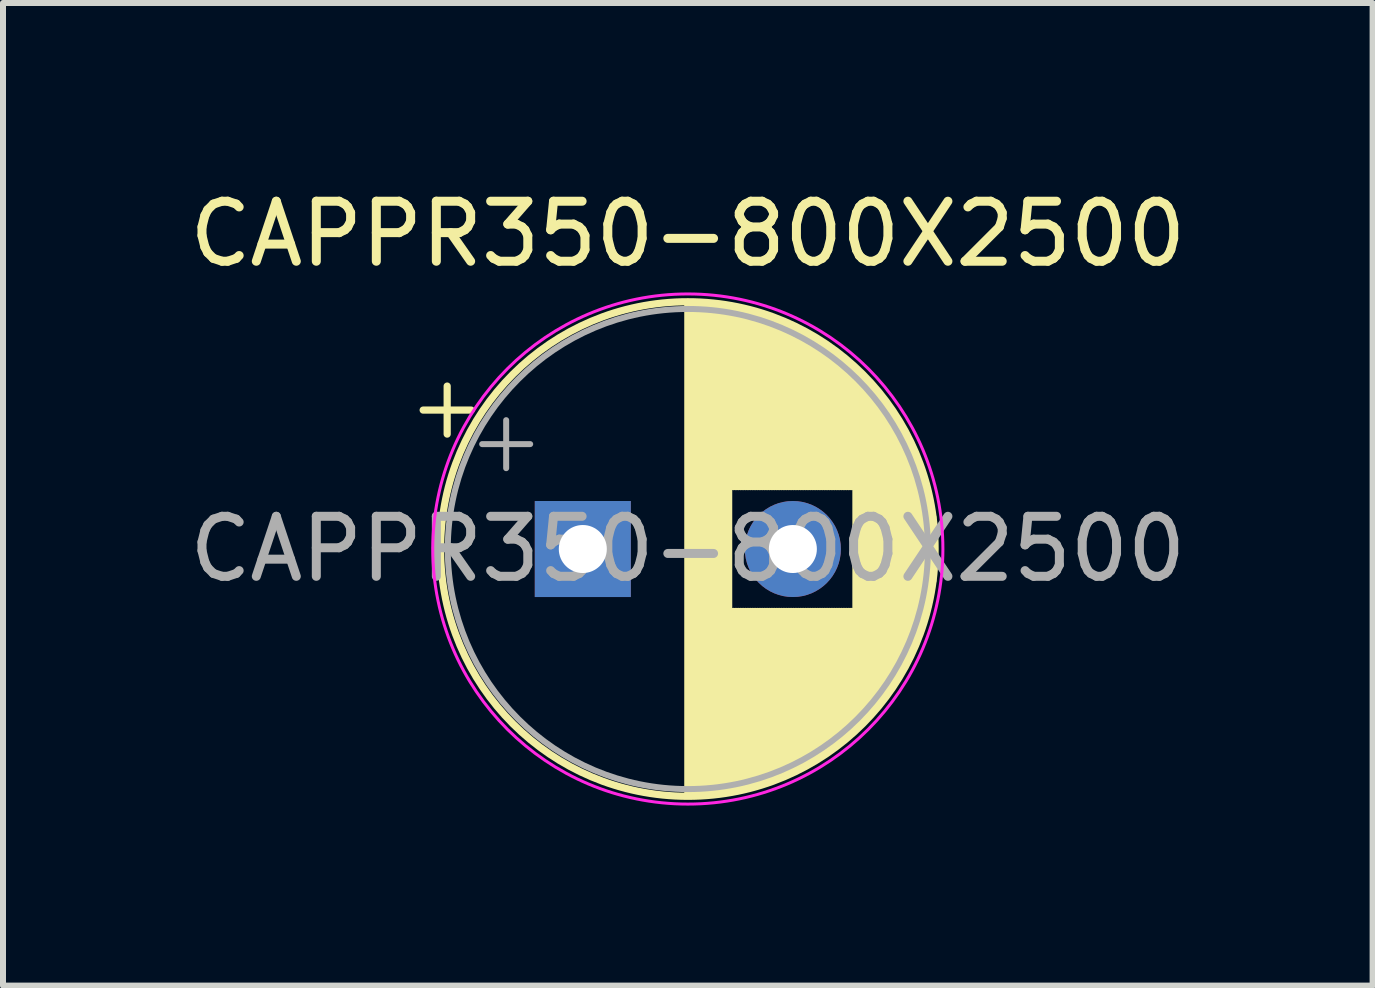
<source format=kicad_pcb>
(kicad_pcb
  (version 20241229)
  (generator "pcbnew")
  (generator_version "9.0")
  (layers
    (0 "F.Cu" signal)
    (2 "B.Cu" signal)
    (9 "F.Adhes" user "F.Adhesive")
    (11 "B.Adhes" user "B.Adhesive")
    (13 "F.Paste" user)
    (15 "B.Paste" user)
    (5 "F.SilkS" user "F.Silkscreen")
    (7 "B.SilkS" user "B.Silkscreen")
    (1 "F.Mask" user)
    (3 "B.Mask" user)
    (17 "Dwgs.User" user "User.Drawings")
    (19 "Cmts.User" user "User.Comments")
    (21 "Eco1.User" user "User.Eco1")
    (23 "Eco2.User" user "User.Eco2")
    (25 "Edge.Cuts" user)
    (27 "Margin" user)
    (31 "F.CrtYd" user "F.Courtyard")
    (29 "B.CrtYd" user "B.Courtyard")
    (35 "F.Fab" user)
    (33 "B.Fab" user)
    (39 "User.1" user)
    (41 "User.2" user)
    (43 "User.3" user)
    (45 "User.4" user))
  (footprint "CAPPR350-800X2500"
    (layer "F.Cu")
    (at 6.661 6.098)
    (property "Reference" "CAPPR350-800X2500" (at 1.75 -5.25 0) (layer "F.SilkS") (effects (font (size 1 1) (thickness 0.15))))
    (attr through_hole)
    (fp_line (start -2.66 -2.315) (end -1.86 -2.315) (stroke (width 0.12) (type solid)) (layer "F.SilkS"))
    (fp_line (start -2.26 -2.715) (end -2.26 -1.915) (stroke (width 0.12) (type solid)) (layer "F.SilkS"))
    (fp_line (start 1.75 -4.08) (end 1.75 4.08) (stroke (width 0.12) (type solid)) (layer "F.SilkS"))
    (fp_line (start 1.79 -4.08) (end 1.79 4.08) (stroke (width 0.12) (type solid)) (layer "F.SilkS"))
    (fp_line (start 1.83 -4.08) (end 1.83 4.08) (stroke (width 0.12) (type solid)) (layer "F.SilkS"))
    (fp_line (start 1.87 -4.079) (end 1.87 4.079) (stroke (width 0.12) (type solid)) (layer "F.SilkS"))
    (fp_line (start 1.91 -4.077) (end 1.91 4.077) (stroke (width 0.12) (type solid)) (layer "F.SilkS"))
    (fp_line (start 1.95 -4.076) (end 1.95 4.076) (stroke (width 0.12) (type solid)) (layer "F.SilkS"))
    (fp_line (start 1.99 -4.074) (end 1.99 4.074) (stroke (width 0.12) (type solid)) (layer "F.SilkS"))
    (fp_line (start 2.03 -4.071) (end 2.03 4.071) (stroke (width 0.12) (type solid)) (layer "F.SilkS"))
    (fp_line (start 2.07 -4.068) (end 2.07 4.068) (stroke (width 0.12) (type solid)) (layer "F.SilkS"))
    (fp_line (start 2.11 -4.065) (end 2.11 4.065) (stroke (width 0.12) (type solid)) (layer "F.SilkS"))
    (fp_line (start 2.15 -4.061) (end 2.15 4.061) (stroke (width 0.12) (type solid)) (layer "F.SilkS"))
    (fp_line (start 2.19 -4.057) (end 2.19 4.057) (stroke (width 0.12) (type solid)) (layer "F.SilkS"))
    (fp_line (start 2.23 -4.052) (end 2.23 4.052) (stroke (width 0.12) (type solid)) (layer "F.SilkS"))
    (fp_line (start 2.27 -4.048) (end 2.27 4.048) (stroke (width 0.12) (type solid)) (layer "F.SilkS"))
    (fp_line (start 2.31 -4.042) (end 2.31 4.042) (stroke (width 0.12) (type solid)) (layer "F.SilkS"))
    (fp_line (start 2.35 -4.037) (end 2.35 4.037) (stroke (width 0.12) (type solid)) (layer "F.SilkS"))
    (fp_line (start 2.39 -4.03) (end 2.39 4.03) (stroke (width 0.12) (type solid)) (layer "F.SilkS"))
    (fp_line (start 2.43 -4.024) (end 2.43 4.024) (stroke (width 0.12) (type solid)) (layer "F.SilkS"))
    (fp_line (start 2.471 -4.017) (end 2.471 -1.04) (stroke (width 0.12) (type solid)) (layer "F.SilkS"))
    (fp_line (start 2.471 1.04) (end 2.471 4.017) (stroke (width 0.12) (type solid)) (layer "F.SilkS"))
    (fp_line (start 2.511 -4.01) (end 2.511 -1.04) (stroke (width 0.12) (type solid)) (layer "F.SilkS"))
    (fp_line (start 2.511 1.04) (end 2.511 4.01) (stroke (width 0.12) (type solid)) (layer "F.SilkS"))
    (fp_line (start 2.551 -4.002) (end 2.551 -1.04) (stroke (width 0.12) (type solid)) (layer "F.SilkS"))
    (fp_line (start 2.551 1.04) (end 2.551 4.002) (stroke (width 0.12) (type solid)) (layer "F.SilkS"))
    (fp_line (start 2.591 -3.994) (end 2.591 -1.04) (stroke (width 0.12) (type solid)) (layer "F.SilkS"))
    (fp_line (start 2.591 1.04) (end 2.591 3.994) (stroke (width 0.12) (type solid)) (layer "F.SilkS"))
    (fp_line (start 2.631 -3.985) (end 2.631 -1.04) (stroke (width 0.12) (type solid)) (layer "F.SilkS"))
    (fp_line (start 2.631 1.04) (end 2.631 3.985) (stroke (width 0.12) (type solid)) (layer "F.SilkS"))
    (fp_line (start 2.671 -3.976) (end 2.671 -1.04) (stroke (width 0.12) (type solid)) (layer "F.SilkS"))
    (fp_line (start 2.671 1.04) (end 2.671 3.976) (stroke (width 0.12) (type solid)) (layer "F.SilkS"))
    (fp_line (start 2.711 -3.967) (end 2.711 -1.04) (stroke (width 0.12) (type solid)) (layer "F.SilkS"))
    (fp_line (start 2.711 1.04) (end 2.711 3.967) (stroke (width 0.12) (type solid)) (layer "F.SilkS"))
    (fp_line (start 2.751 -3.957) (end 2.751 -1.04) (stroke (width 0.12) (type solid)) (layer "F.SilkS"))
    (fp_line (start 2.751 1.04) (end 2.751 3.957) (stroke (width 0.12) (type solid)) (layer "F.SilkS"))
    (fp_line (start 2.791 -3.947) (end 2.791 -1.04) (stroke (width 0.12) (type solid)) (layer "F.SilkS"))
    (fp_line (start 2.791 1.04) (end 2.791 3.947) (stroke (width 0.12) (type solid)) (layer "F.SilkS"))
    (fp_line (start 2.831 -3.936) (end 2.831 -1.04) (stroke (width 0.12) (type solid)) (layer "F.SilkS"))
    (fp_line (start 2.831 1.04) (end 2.831 3.936) (stroke (width 0.12) (type solid)) (layer "F.SilkS"))
    (fp_line (start 2.871 -3.925) (end 2.871 -1.04) (stroke (width 0.12) (type solid)) (layer "F.SilkS"))
    (fp_line (start 2.871 1.04) (end 2.871 3.925) (stroke (width 0.12) (type solid)) (layer "F.SilkS"))
    (fp_line (start 2.911 -3.914) (end 2.911 -1.04) (stroke (width 0.12) (type solid)) (layer "F.SilkS"))
    (fp_line (start 2.911 1.04) (end 2.911 3.914) (stroke (width 0.12) (type solid)) (layer "F.SilkS"))
    (fp_line (start 2.951 -3.902) (end 2.951 -1.04) (stroke (width 0.12) (type solid)) (layer "F.SilkS"))
    (fp_line (start 2.951 1.04) (end 2.951 3.902) (stroke (width 0.12) (type solid)) (layer "F.SilkS"))
    (fp_line (start 2.991 -3.889) (end 2.991 -1.04) (stroke (width 0.12) (type solid)) (layer "F.SilkS"))
    (fp_line (start 2.991 1.04) (end 2.991 3.889) (stroke (width 0.12) (type solid)) (layer "F.SilkS"))
    (fp_line (start 3.031 -3.877) (end 3.031 -1.04) (stroke (width 0.12) (type solid)) (layer "F.SilkS"))
    (fp_line (start 3.031 1.04) (end 3.031 3.877) (stroke (width 0.12) (type solid)) (layer "F.SilkS"))
    (fp_line (start 3.071 -3.863) (end 3.071 -1.04) (stroke (width 0.12) (type solid)) (layer "F.SilkS"))
    (fp_line (start 3.071 1.04) (end 3.071 3.863) (stroke (width 0.12) (type solid)) (layer "F.SilkS"))
    (fp_line (start 3.111 -3.85) (end 3.111 -1.04) (stroke (width 0.12) (type solid)) (layer "F.SilkS"))
    (fp_line (start 3.111 1.04) (end 3.111 3.85) (stroke (width 0.12) (type solid)) (layer "F.SilkS"))
    (fp_line (start 3.151 -3.835) (end 3.151 -1.04) (stroke (width 0.12) (type solid)) (layer "F.SilkS"))
    (fp_line (start 3.151 1.04) (end 3.151 3.835) (stroke (width 0.12) (type solid)) (layer "F.SilkS"))
    (fp_line (start 3.191 -3.821) (end 3.191 -1.04) (stroke (width 0.12) (type solid)) (layer "F.SilkS"))
    (fp_line (start 3.191 1.04) (end 3.191 3.821) (stroke (width 0.12) (type solid)) (layer "F.SilkS"))
    (fp_line (start 3.231 -3.805) (end 3.231 -1.04) (stroke (width 0.12) (type solid)) (layer "F.SilkS"))
    (fp_line (start 3.231 1.04) (end 3.231 3.805) (stroke (width 0.12) (type solid)) (layer "F.SilkS"))
    (fp_line (start 3.271 -3.79) (end 3.271 -1.04) (stroke (width 0.12) (type solid)) (layer "F.SilkS"))
    (fp_line (start 3.271 1.04) (end 3.271 3.79) (stroke (width 0.12) (type solid)) (layer "F.SilkS"))
    (fp_line (start 3.311 -3.774) (end 3.311 -1.04) (stroke (width 0.12) (type solid)) (layer "F.SilkS"))
    (fp_line (start 3.311 1.04) (end 3.311 3.774) (stroke (width 0.12) (type solid)) (layer "F.SilkS"))
    (fp_line (start 3.351 -3.757) (end 3.351 -1.04) (stroke (width 0.12) (type solid)) (layer "F.SilkS"))
    (fp_line (start 3.351 1.04) (end 3.351 3.757) (stroke (width 0.12) (type solid)) (layer "F.SilkS"))
    (fp_line (start 3.391 -3.74) (end 3.391 -1.04) (stroke (width 0.12) (type solid)) (layer "F.SilkS"))
    (fp_line (start 3.391 1.04) (end 3.391 3.74) (stroke (width 0.12) (type solid)) (layer "F.SilkS"))
    (fp_line (start 3.431 -3.722) (end 3.431 -1.04) (stroke (width 0.12) (type solid)) (layer "F.SilkS"))
    (fp_line (start 3.431 1.04) (end 3.431 3.722) (stroke (width 0.12) (type solid)) (layer "F.SilkS"))
    (fp_line (start 3.471 -3.704) (end 3.471 -1.04) (stroke (width 0.12) (type solid)) (layer "F.SilkS"))
    (fp_line (start 3.471 1.04) (end 3.471 3.704) (stroke (width 0.12) (type solid)) (layer "F.SilkS"))
    (fp_line (start 3.511 -3.686) (end 3.511 -1.04) (stroke (width 0.12) (type solid)) (layer "F.SilkS"))
    (fp_line (start 3.511 1.04) (end 3.511 3.686) (stroke (width 0.12) (type solid)) (layer "F.SilkS"))
    (fp_line (start 3.551 -3.666) (end 3.551 -1.04) (stroke (width 0.12) (type solid)) (layer "F.SilkS"))
    (fp_line (start 3.551 1.04) (end 3.551 3.666) (stroke (width 0.12) (type solid)) (layer "F.SilkS"))
    (fp_line (start 3.591 -3.647) (end 3.591 -1.04) (stroke (width 0.12) (type solid)) (layer "F.SilkS"))
    (fp_line (start 3.591 1.04) (end 3.591 3.647) (stroke (width 0.12) (type solid)) (layer "F.SilkS"))
    (fp_line (start 3.631 -3.627) (end 3.631 -1.04) (stroke (width 0.12) (type solid)) (layer "F.SilkS"))
    (fp_line (start 3.631 1.04) (end 3.631 3.627) (stroke (width 0.12) (type solid)) (layer "F.SilkS"))
    (fp_line (start 3.671 -3.606) (end 3.671 -1.04) (stroke (width 0.12) (type solid)) (layer "F.SilkS"))
    (fp_line (start 3.671 1.04) (end 3.671 3.606) (stroke (width 0.12) (type solid)) (layer "F.SilkS"))
    (fp_line (start 3.711 -3.584) (end 3.711 -1.04) (stroke (width 0.12) (type solid)) (layer "F.SilkS"))
    (fp_line (start 3.711 1.04) (end 3.711 3.584) (stroke (width 0.12) (type solid)) (layer "F.SilkS"))
    (fp_line (start 3.751 -3.562) (end 3.751 -1.04) (stroke (width 0.12) (type solid)) (layer "F.SilkS"))
    (fp_line (start 3.751 1.04) (end 3.751 3.562) (stroke (width 0.12) (type solid)) (layer "F.SilkS"))
    (fp_line (start 3.791 -3.54) (end 3.791 -1.04) (stroke (width 0.12) (type solid)) (layer "F.SilkS"))
    (fp_line (start 3.791 1.04) (end 3.791 3.54) (stroke (width 0.12) (type solid)) (layer "F.SilkS"))
    (fp_line (start 3.831 -3.517) (end 3.831 -1.04) (stroke (width 0.12) (type solid)) (layer "F.SilkS"))
    (fp_line (start 3.831 1.04) (end 3.831 3.517) (stroke (width 0.12) (type solid)) (layer "F.SilkS"))
    (fp_line (start 3.871 -3.493) (end 3.871 -1.04) (stroke (width 0.12) (type solid)) (layer "F.SilkS"))
    (fp_line (start 3.871 1.04) (end 3.871 3.493) (stroke (width 0.12) (type solid)) (layer "F.SilkS"))
    (fp_line (start 3.911 -3.469) (end 3.911 -1.04) (stroke (width 0.12) (type solid)) (layer "F.SilkS"))
    (fp_line (start 3.911 1.04) (end 3.911 3.469) (stroke (width 0.12) (type solid)) (layer "F.SilkS"))
    (fp_line (start 3.951 -3.444) (end 3.951 -1.04) (stroke (width 0.12) (type solid)) (layer "F.SilkS"))
    (fp_line (start 3.951 1.04) (end 3.951 3.444) (stroke (width 0.12) (type solid)) (layer "F.SilkS"))
    (fp_line (start 3.991 -3.418) (end 3.991 -1.04) (stroke (width 0.12) (type solid)) (layer "F.SilkS"))
    (fp_line (start 3.991 1.04) (end 3.991 3.418) (stroke (width 0.12) (type solid)) (layer "F.SilkS"))
    (fp_line (start 4.031 -3.392) (end 4.031 -1.04) (stroke (width 0.12) (type solid)) (layer "F.SilkS"))
    (fp_line (start 4.031 1.04) (end 4.031 3.392) (stroke (width 0.12) (type solid)) (layer "F.SilkS"))
    (fp_line (start 4.071 -3.365) (end 4.071 -1.04) (stroke (width 0.12) (type solid)) (layer "F.SilkS"))
    (fp_line (start 4.071 1.04) (end 4.071 3.365) (stroke (width 0.12) (type solid)) (layer "F.SilkS"))
    (fp_line (start 4.111 -3.338) (end 4.111 -1.04) (stroke (width 0.12) (type solid)) (layer "F.SilkS"))
    (fp_line (start 4.111 1.04) (end 4.111 3.338) (stroke (width 0.12) (type solid)) (layer "F.SilkS"))
    (fp_line (start 4.151 -3.309) (end 4.151 -1.04) (stroke (width 0.12) (type solid)) (layer "F.SilkS"))
    (fp_line (start 4.151 1.04) (end 4.151 3.309) (stroke (width 0.12) (type solid)) (layer "F.SilkS"))
    (fp_line (start 4.191 -3.28) (end 4.191 -1.04) (stroke (width 0.12) (type solid)) (layer "F.SilkS"))
    (fp_line (start 4.191 1.04) (end 4.191 3.28) (stroke (width 0.12) (type solid)) (layer "F.SilkS"))
    (fp_line (start 4.231 -3.25) (end 4.231 -1.04) (stroke (width 0.12) (type solid)) (layer "F.SilkS"))
    (fp_line (start 4.231 1.04) (end 4.231 3.25) (stroke (width 0.12) (type solid)) (layer "F.SilkS"))
    (fp_line (start 4.271 -3.22) (end 4.271 -1.04) (stroke (width 0.12) (type solid)) (layer "F.SilkS"))
    (fp_line (start 4.271 1.04) (end 4.271 3.22) (stroke (width 0.12) (type solid)) (layer "F.SilkS"))
    (fp_line (start 4.311 -3.189) (end 4.311 -1.04) (stroke (width 0.12) (type solid)) (layer "F.SilkS"))
    (fp_line (start 4.311 1.04) (end 4.311 3.189) (stroke (width 0.12) (type solid)) (layer "F.SilkS"))
    (fp_line (start 4.351 -3.156) (end 4.351 -1.04) (stroke (width 0.12) (type solid)) (layer "F.SilkS"))
    (fp_line (start 4.351 1.04) (end 4.351 3.156) (stroke (width 0.12) (type solid)) (layer "F.SilkS"))
    (fp_line (start 4.391 -3.124) (end 4.391 -1.04) (stroke (width 0.12) (type solid)) (layer "F.SilkS"))
    (fp_line (start 4.391 1.04) (end 4.391 3.124) (stroke (width 0.12) (type solid)) (layer "F.SilkS"))
    (fp_line (start 4.431 -3.09) (end 4.431 -1.04) (stroke (width 0.12) (type solid)) (layer "F.SilkS"))
    (fp_line (start 4.431 1.04) (end 4.431 3.09) (stroke (width 0.12) (type solid)) (layer "F.SilkS"))
    (fp_line (start 4.471 -3.055) (end 4.471 -1.04) (stroke (width 0.12) (type solid)) (layer "F.SilkS"))
    (fp_line (start 4.471 1.04) (end 4.471 3.055) (stroke (width 0.12) (type solid)) (layer "F.SilkS"))
    (fp_line (start 4.511 -3.019) (end 4.511 -1.04) (stroke (width 0.12) (type solid)) (layer "F.SilkS"))
    (fp_line (start 4.511 1.04) (end 4.511 3.019) (stroke (width 0.12) (type solid)) (layer "F.SilkS"))
    (fp_line (start 4.551 -2.983) (end 4.551 2.983) (stroke (width 0.12) (type solid)) (layer "F.SilkS"))
    (fp_line (start 4.591 -2.945) (end 4.591 2.945) (stroke (width 0.12) (type solid)) (layer "F.SilkS"))
    (fp_line (start 4.631 -2.907) (end 4.631 2.907) (stroke (width 0.12) (type solid)) (layer "F.SilkS"))
    (fp_line (start 4.671 -2.867) (end 4.671 2.867) (stroke (width 0.12) (type solid)) (layer "F.SilkS"))
    (fp_line (start 4.711 -2.826) (end 4.711 2.826) (stroke (width 0.12) (type solid)) (layer "F.SilkS"))
    (fp_line (start 4.751 -2.784) (end 4.751 2.784) (stroke (width 0.12) (type solid)) (layer "F.SilkS"))
    (fp_line (start 4.791 -2.741) (end 4.791 2.741) (stroke (width 0.12) (type solid)) (layer "F.SilkS"))
    (fp_line (start 4.831 -2.697) (end 4.831 2.697) (stroke (width 0.12) (type solid)) (layer "F.SilkS"))
    (fp_line (start 4.871 -2.651) (end 4.871 2.651) (stroke (width 0.12) (type solid)) (layer "F.SilkS"))
    (fp_line (start 4.911 -2.604) (end 4.911 2.604) (stroke (width 0.12) (type solid)) (layer "F.SilkS"))
    (fp_line (start 4.951 -2.556) (end 4.951 2.556) (stroke (width 0.12) (type solid)) (layer "F.SilkS"))
    (fp_line (start 4.991 -2.505) (end 4.991 2.505) (stroke (width 0.12) (type solid)) (layer "F.SilkS"))
    (fp_line (start 5.031 -2.454) (end 5.031 2.454) (stroke (width 0.12) (type solid)) (layer "F.SilkS"))
    (fp_line (start 5.071 -2.4) (end 5.071 2.4) (stroke (width 0.12) (type solid)) (layer "F.SilkS"))
    (fp_line (start 5.111 -2.345) (end 5.111 2.345) (stroke (width 0.12) (type solid)) (layer "F.SilkS"))
    (fp_line (start 5.151 -2.287) (end 5.151 2.287) (stroke (width 0.12) (type solid)) (layer "F.SilkS"))
    (fp_line (start 5.191 -2.228) (end 5.191 2.228) (stroke (width 0.12) (type solid)) (layer "F.SilkS"))
    (fp_line (start 5.231 -2.166) (end 5.231 2.166) (stroke (width 0.12) (type solid)) (layer "F.SilkS"))
    (fp_line (start 5.271 -2.102) (end 5.271 2.102) (stroke (width 0.12) (type solid)) (layer "F.SilkS"))
    (fp_line (start 5.311 -2.034) (end 5.311 2.034) (stroke (width 0.12) (type solid)) (layer "F.SilkS"))
    (fp_line (start 5.351 -1.964) (end 5.351 1.964) (stroke (width 0.12) (type solid)) (layer "F.SilkS"))
    (fp_line (start 5.391 -1.89) (end 5.391 1.89) (stroke (width 0.12) (type solid)) (layer "F.SilkS"))
    (fp_line (start 5.431 -1.813) (end 5.431 1.813) (stroke (width 0.12) (type solid)) (layer "F.SilkS"))
    (fp_line (start 5.471 -1.731) (end 5.471 1.731) (stroke (width 0.12) (type solid)) (layer "F.SilkS"))
    (fp_line (start 5.511 -1.645) (end 5.511 1.645) (stroke (width 0.12) (type solid)) (layer "F.SilkS"))
    (fp_line (start 5.551 -1.552) (end 5.551 1.552) (stroke (width 0.12) (type solid)) (layer "F.SilkS"))
    (fp_line (start 5.591 -1.453) (end 5.591 1.453) (stroke (width 0.12) (type solid)) (layer "F.SilkS"))
    (fp_line (start 5.631 -1.346) (end 5.631 1.346) (stroke (width 0.12) (type solid)) (layer "F.SilkS"))
    (fp_line (start 5.671 -1.229) (end 5.671 1.229) (stroke (width 0.12) (type solid)) (layer "F.SilkS"))
    (fp_line (start 5.711 -1.098) (end 5.711 1.098) (stroke (width 0.12) (type solid)) (layer "F.SilkS"))
    (fp_line (start 5.751 -0.948) (end 5.751 0.948) (stroke (width 0.12) (type solid)) (layer "F.SilkS"))
    (fp_line (start 5.791 -0.768) (end 5.791 0.768) (stroke (width 0.12) (type solid)) (layer "F.SilkS"))
    (fp_line (start 5.831 -0.533) (end 5.831 0.533) (stroke (width 0.12) (type solid)) (layer "F.SilkS"))
    (fp_circle (center 1.75 0) (end 5.87 0) (stroke (width 0.12) (type solid)) (fill no) (layer "F.SilkS"))
    (fp_circle (center 1.75 0) (end 6 0) (stroke (width 0.05) (type solid)) (fill no) (layer "F.CrtYd"))
    (fp_line (start -1.677 -1.748) (end -0.877 -1.748) (stroke (width 0.1) (type solid)) (layer "F.Fab"))
    (fp_line (start -1.277 -2.147) (end -1.277 -1.347) (stroke (width 0.1) (type solid)) (layer "F.Fab"))
    (fp_circle (center 1.75 0) (end 5.75 0) (stroke (width 0.1) (type solid)) (fill no) (layer "F.Fab"))
    (fp_text user "${REFERENCE}" (at 1.75 0 0) (layer "F.Fab") (effects (font (size 1 1) (thickness 0.15))))
    (pad "1" thru_hole rect (at 0 0) (size 1.6 1.6) (drill 0.8) (layers "*.Cu" "*.Mask"))
    (pad "2" thru_hole circle (at 3.5 0) (size 1.6 1.6) (drill 0.8) (layers "*.Cu" "*.Mask")))
  (gr_rect
    (start -3 -3)
    (end 19.821 13.373)
    (stroke (width 0.1) (type default))
    (fill no)
    (layer "Edge.Cuts")))
</source>
